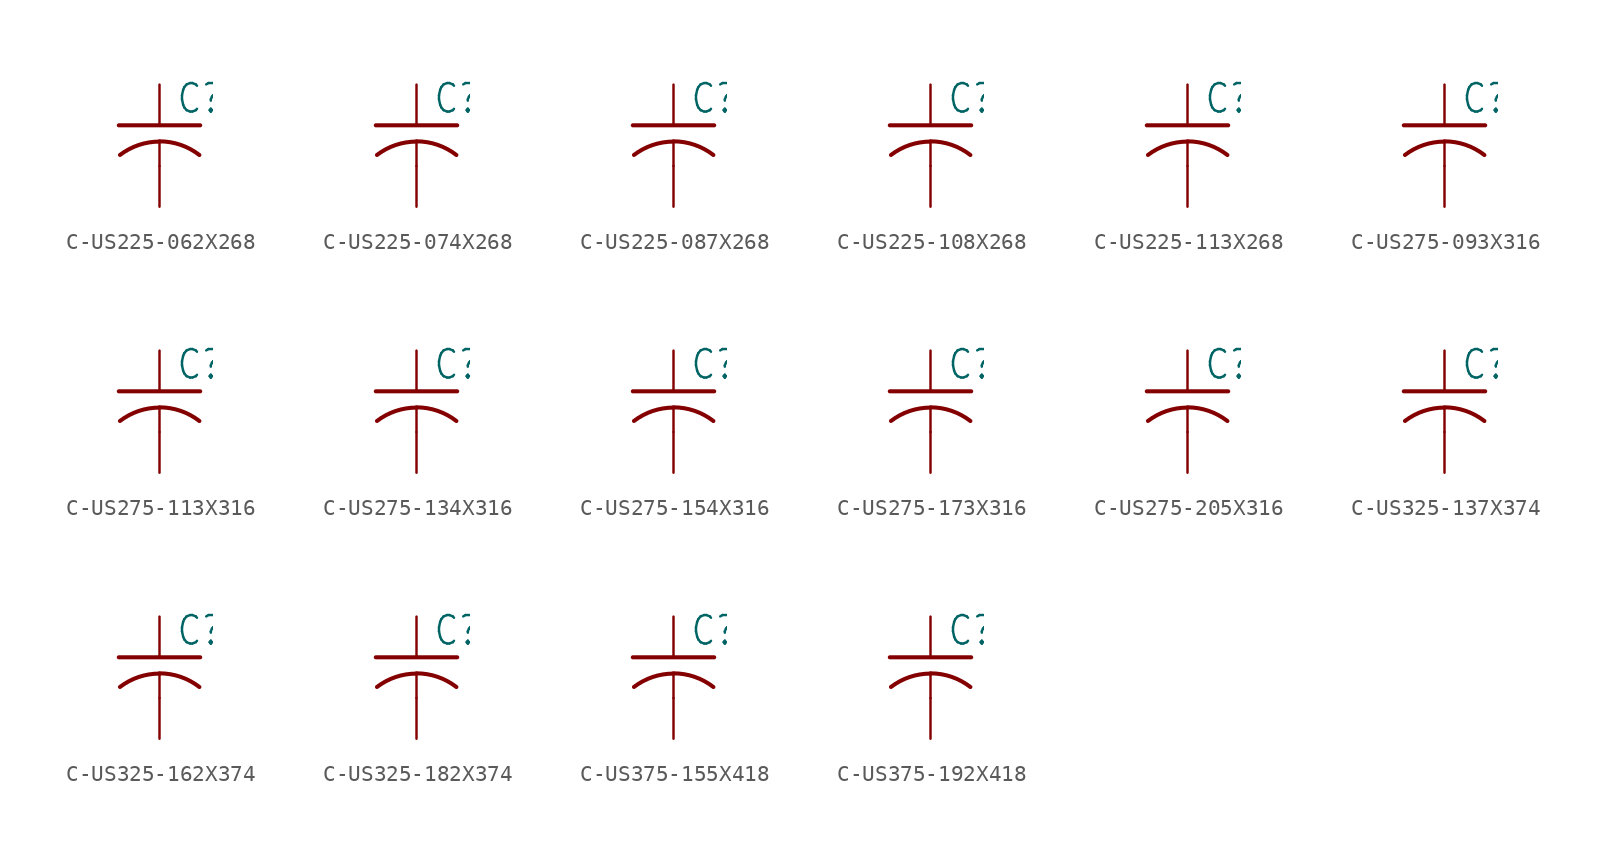
<source format=kicad_sym>
(kicad_symbol_lib
  (version 20231120)
  (generator "kicad_symbol_editor")
  (generator_version "8.0")
  (symbol "C-US225-062X268"
    (property "Reference" "C"
      (at 1.016 0.635 0)
      (effects (font (size 1.778 1.511)) (justify left bottom)))
    (property "Value" ""
      (at 1.016 -4.191 0)
      (effects (font (size 1.778 1.511)) (justify left bottom)))
    (property "ki_locked" ""
      (at 0 0 0)
      (effects (font (size 1.27 1.27))))
    (symbol "C-US225-062X268_1_0"
      (arc (start 0 -1.0161) (mid -1.302 -1.2303) (end -2.4668 -1.8504) (stroke (width 0.254) (type solid)) (fill (type none)))
      (polyline (pts (xy -2.54 0) (xy 2.54 0)) (stroke (width 0.254) (type solid)) (fill (type none)))
      (polyline (pts (xy 0 -1.016) (xy 0 -2.54)) (stroke (width 0.152) (type solid)) (fill (type none)))
      (polyline (pts (xy 0 -1.016) (xy 0 -1.016)) (stroke (width 0.152) (type solid)) (fill (type none)))
      (arc (start 2.4892 -1.8541) (mid 1.3158 -1.2194) (end 0 -1) (stroke (width 0.254) (type solid)) (fill (type none)))
      (pin passive line (at 0 2.54 270) (length 2.54) (name "1" (effects (font (size 0 0)))) (number "1" (effects (font (size 0 0)))))
      (pin passive line (at 0 -5.08 90) (length 2.54) (name "2" (effects (font (size 0 0)))) (number "2" (effects (font (size 0 0)))))))
  (symbol "C-US225-074X268"
    (property "Reference" "C"
      (at 1.016 0.635 0)
      (effects (font (size 1.778 1.511)) (justify left bottom)))
    (property "Value" ""
      (at 1.016 -4.191 0)
      (effects (font (size 1.778 1.511)) (justify left bottom)))
    (property "ki_locked" ""
      (at 0 0 0)
      (effects (font (size 1.27 1.27))))
    (symbol "C-US225-074X268_1_0"
      (arc (start 0 -1.0161) (mid -1.302 -1.2303) (end -2.4668 -1.8504) (stroke (width 0.254) (type solid)) (fill (type none)))
      (polyline (pts (xy -2.54 0) (xy 2.54 0)) (stroke (width 0.254) (type solid)) (fill (type none)))
      (polyline (pts (xy 0 -1.016) (xy 0 -2.54)) (stroke (width 0.152) (type solid)) (fill (type none)))
      (polyline (pts (xy 0 -1.016) (xy 0 -1.016)) (stroke (width 0.152) (type solid)) (fill (type none)))
      (arc (start 2.4892 -1.8541) (mid 1.3158 -1.2194) (end 0 -1) (stroke (width 0.254) (type solid)) (fill (type none)))
      (pin passive line (at 0 2.54 270) (length 2.54) (name "1" (effects (font (size 0 0)))) (number "1" (effects (font (size 0 0)))))
      (pin passive line (at 0 -5.08 90) (length 2.54) (name "2" (effects (font (size 0 0)))) (number "2" (effects (font (size 0 0)))))))
  (symbol "C-US225-087X268"
    (property "Reference" "C"
      (at 1.016 0.635 0)
      (effects (font (size 1.778 1.511)) (justify left bottom)))
    (property "Value" ""
      (at 1.016 -4.191 0)
      (effects (font (size 1.778 1.511)) (justify left bottom)))
    (property "ki_locked" ""
      (at 0 0 0)
      (effects (font (size 1.27 1.27))))
    (symbol "C-US225-087X268_1_0"
      (arc (start 0 -1.0161) (mid -1.302 -1.2303) (end -2.4668 -1.8504) (stroke (width 0.254) (type solid)) (fill (type none)))
      (polyline (pts (xy -2.54 0) (xy 2.54 0)) (stroke (width 0.254) (type solid)) (fill (type none)))
      (polyline (pts (xy 0 -1.016) (xy 0 -2.54)) (stroke (width 0.152) (type solid)) (fill (type none)))
      (polyline (pts (xy 0 -1.016) (xy 0 -1.016)) (stroke (width 0.152) (type solid)) (fill (type none)))
      (arc (start 2.4892 -1.8541) (mid 1.3158 -1.2194) (end 0 -1) (stroke (width 0.254) (type solid)) (fill (type none)))
      (pin passive line (at 0 2.54 270) (length 2.54) (name "1" (effects (font (size 0 0)))) (number "1" (effects (font (size 0 0)))))
      (pin passive line (at 0 -5.08 90) (length 2.54) (name "2" (effects (font (size 0 0)))) (number "2" (effects (font (size 0 0)))))))
  (symbol "C-US225-108X268"
    (property "Reference" "C"
      (at 1.016 0.635 0)
      (effects (font (size 1.778 1.511)) (justify left bottom)))
    (property "Value" ""
      (at 1.016 -4.191 0)
      (effects (font (size 1.778 1.511)) (justify left bottom)))
    (property "ki_locked" ""
      (at 0 0 0)
      (effects (font (size 1.27 1.27))))
    (symbol "C-US225-108X268_1_0"
      (arc (start 0 -1.0161) (mid -1.302 -1.2303) (end -2.4668 -1.8504) (stroke (width 0.254) (type solid)) (fill (type none)))
      (polyline (pts (xy -2.54 0) (xy 2.54 0)) (stroke (width 0.254) (type solid)) (fill (type none)))
      (polyline (pts (xy 0 -1.016) (xy 0 -2.54)) (stroke (width 0.152) (type solid)) (fill (type none)))
      (polyline (pts (xy 0 -1.016) (xy 0 -1.016)) (stroke (width 0.152) (type solid)) (fill (type none)))
      (arc (start 2.4892 -1.8541) (mid 1.3158 -1.2194) (end 0 -1) (stroke (width 0.254) (type solid)) (fill (type none)))
      (pin passive line (at 0 2.54 270) (length 2.54) (name "1" (effects (font (size 0 0)))) (number "1" (effects (font (size 0 0)))))
      (pin passive line (at 0 -5.08 90) (length 2.54) (name "2" (effects (font (size 0 0)))) (number "2" (effects (font (size 0 0)))))))
  (symbol "C-US225-113X268"
    (property "Reference" "C"
      (at 1.016 0.635 0)
      (effects (font (size 1.778 1.511)) (justify left bottom)))
    (property "Value" ""
      (at 1.016 -4.191 0)
      (effects (font (size 1.778 1.511)) (justify left bottom)))
    (property "ki_locked" ""
      (at 0 0 0)
      (effects (font (size 1.27 1.27))))
    (symbol "C-US225-113X268_1_0"
      (arc (start 0 -1.0161) (mid -1.302 -1.2303) (end -2.4668 -1.8504) (stroke (width 0.254) (type solid)) (fill (type none)))
      (polyline (pts (xy -2.54 0) (xy 2.54 0)) (stroke (width 0.254) (type solid)) (fill (type none)))
      (polyline (pts (xy 0 -1.016) (xy 0 -2.54)) (stroke (width 0.152) (type solid)) (fill (type none)))
      (polyline (pts (xy 0 -1.016) (xy 0 -1.016)) (stroke (width 0.152) (type solid)) (fill (type none)))
      (arc (start 2.4892 -1.8541) (mid 1.3158 -1.2194) (end 0 -1) (stroke (width 0.254) (type solid)) (fill (type none)))
      (pin passive line (at 0 2.54 270) (length 2.54) (name "1" (effects (font (size 0 0)))) (number "1" (effects (font (size 0 0)))))
      (pin passive line (at 0 -5.08 90) (length 2.54) (name "2" (effects (font (size 0 0)))) (number "2" (effects (font (size 0 0)))))))
  (symbol "C-US275-093X316"
    (property "Reference" "C"
      (at 1.016 0.635 0)
      (effects (font (size 1.778 1.511)) (justify left bottom)))
    (property "Value" ""
      (at 1.016 -4.191 0)
      (effects (font (size 1.778 1.511)) (justify left bottom)))
    (property "ki_locked" ""
      (at 0 0 0)
      (effects (font (size 1.27 1.27))))
    (symbol "C-US275-093X316_1_0"
      (arc (start 0 -1.0161) (mid -1.302 -1.2303) (end -2.4668 -1.8504) (stroke (width 0.254) (type solid)) (fill (type none)))
      (polyline (pts (xy -2.54 0) (xy 2.54 0)) (stroke (width 0.254) (type solid)) (fill (type none)))
      (polyline (pts (xy 0 -1.016) (xy 0 -2.54)) (stroke (width 0.152) (type solid)) (fill (type none)))
      (polyline (pts (xy 0 -1.016) (xy 0 -1.016)) (stroke (width 0.152) (type solid)) (fill (type none)))
      (arc (start 2.4892 -1.8541) (mid 1.3158 -1.2194) (end 0 -1) (stroke (width 0.254) (type solid)) (fill (type none)))
      (pin passive line (at 0 2.54 270) (length 2.54) (name "1" (effects (font (size 0 0)))) (number "1" (effects (font (size 0 0)))))
      (pin passive line (at 0 -5.08 90) (length 2.54) (name "2" (effects (font (size 0 0)))) (number "2" (effects (font (size 0 0)))))))
  (symbol "C-US275-113X316"
    (property "Reference" "C"
      (at 1.016 0.635 0)
      (effects (font (size 1.778 1.511)) (justify left bottom)))
    (property "Value" ""
      (at 1.016 -4.191 0)
      (effects (font (size 1.778 1.511)) (justify left bottom)))
    (property "ki_locked" ""
      (at 0 0 0)
      (effects (font (size 1.27 1.27))))
    (symbol "C-US275-113X316_1_0"
      (arc (start 0 -1.0161) (mid -1.302 -1.2303) (end -2.4668 -1.8504) (stroke (width 0.254) (type solid)) (fill (type none)))
      (polyline (pts (xy -2.54 0) (xy 2.54 0)) (stroke (width 0.254) (type solid)) (fill (type none)))
      (polyline (pts (xy 0 -1.016) (xy 0 -2.54)) (stroke (width 0.152) (type solid)) (fill (type none)))
      (polyline (pts (xy 0 -1.016) (xy 0 -1.016)) (stroke (width 0.152) (type solid)) (fill (type none)))
      (arc (start 2.4892 -1.8541) (mid 1.3158 -1.2194) (end 0 -1) (stroke (width 0.254) (type solid)) (fill (type none)))
      (pin passive line (at 0 2.54 270) (length 2.54) (name "1" (effects (font (size 0 0)))) (number "1" (effects (font (size 0 0)))))
      (pin passive line (at 0 -5.08 90) (length 2.54) (name "2" (effects (font (size 0 0)))) (number "2" (effects (font (size 0 0)))))))
  (symbol "C-US275-134X316"
    (property "Reference" "C"
      (at 1.016 0.635 0)
      (effects (font (size 1.778 1.511)) (justify left bottom)))
    (property "Value" ""
      (at 1.016 -4.191 0)
      (effects (font (size 1.778 1.511)) (justify left bottom)))
    (property "ki_locked" ""
      (at 0 0 0)
      (effects (font (size 1.27 1.27))))
    (symbol "C-US275-134X316_1_0"
      (arc (start 0 -1.0161) (mid -1.302 -1.2303) (end -2.4668 -1.8504) (stroke (width 0.254) (type solid)) (fill (type none)))
      (polyline (pts (xy -2.54 0) (xy 2.54 0)) (stroke (width 0.254) (type solid)) (fill (type none)))
      (polyline (pts (xy 0 -1.016) (xy 0 -2.54)) (stroke (width 0.152) (type solid)) (fill (type none)))
      (polyline (pts (xy 0 -1.016) (xy 0 -1.016)) (stroke (width 0.152) (type solid)) (fill (type none)))
      (arc (start 2.4892 -1.8541) (mid 1.3158 -1.2194) (end 0 -1) (stroke (width 0.254) (type solid)) (fill (type none)))
      (pin passive line (at 0 2.54 270) (length 2.54) (name "1" (effects (font (size 0 0)))) (number "1" (effects (font (size 0 0)))))
      (pin passive line (at 0 -5.08 90) (length 2.54) (name "2" (effects (font (size 0 0)))) (number "2" (effects (font (size 0 0)))))))
  (symbol "C-US275-154X316"
    (property "Reference" "C"
      (at 1.016 0.635 0)
      (effects (font (size 1.778 1.511)) (justify left bottom)))
    (property "Value" ""
      (at 1.016 -4.191 0)
      (effects (font (size 1.778 1.511)) (justify left bottom)))
    (property "ki_locked" ""
      (at 0 0 0)
      (effects (font (size 1.27 1.27))))
    (symbol "C-US275-154X316_1_0"
      (arc (start 0 -1.0161) (mid -1.302 -1.2303) (end -2.4668 -1.8504) (stroke (width 0.254) (type solid)) (fill (type none)))
      (polyline (pts (xy -2.54 0) (xy 2.54 0)) (stroke (width 0.254) (type solid)) (fill (type none)))
      (polyline (pts (xy 0 -1.016) (xy 0 -2.54)) (stroke (width 0.152) (type solid)) (fill (type none)))
      (polyline (pts (xy 0 -1.016) (xy 0 -1.016)) (stroke (width 0.152) (type solid)) (fill (type none)))
      (arc (start 2.4892 -1.8541) (mid 1.3158 -1.2194) (end 0 -1) (stroke (width 0.254) (type solid)) (fill (type none)))
      (pin passive line (at 0 2.54 270) (length 2.54) (name "1" (effects (font (size 0 0)))) (number "1" (effects (font (size 0 0)))))
      (pin passive line (at 0 -5.08 90) (length 2.54) (name "2" (effects (font (size 0 0)))) (number "2" (effects (font (size 0 0)))))))
  (symbol "C-US275-173X316"
    (property "Reference" "C"
      (at 1.016 0.635 0)
      (effects (font (size 1.778 1.511)) (justify left bottom)))
    (property "Value" ""
      (at 1.016 -4.191 0)
      (effects (font (size 1.778 1.511)) (justify left bottom)))
    (property "ki_locked" ""
      (at 0 0 0)
      (effects (font (size 1.27 1.27))))
    (symbol "C-US275-173X316_1_0"
      (arc (start 0 -1.0161) (mid -1.302 -1.2303) (end -2.4668 -1.8504) (stroke (width 0.254) (type solid)) (fill (type none)))
      (polyline (pts (xy -2.54 0) (xy 2.54 0)) (stroke (width 0.254) (type solid)) (fill (type none)))
      (polyline (pts (xy 0 -1.016) (xy 0 -2.54)) (stroke (width 0.152) (type solid)) (fill (type none)))
      (polyline (pts (xy 0 -1.016) (xy 0 -1.016)) (stroke (width 0.152) (type solid)) (fill (type none)))
      (arc (start 2.4892 -1.8541) (mid 1.3158 -1.2194) (end 0 -1) (stroke (width 0.254) (type solid)) (fill (type none)))
      (pin passive line (at 0 2.54 270) (length 2.54) (name "1" (effects (font (size 0 0)))) (number "1" (effects (font (size 0 0)))))
      (pin passive line (at 0 -5.08 90) (length 2.54) (name "2" (effects (font (size 0 0)))) (number "2" (effects (font (size 0 0)))))))
  (symbol "C-US275-205X316"
    (property "Reference" "C"
      (at 1.016 0.635 0)
      (effects (font (size 1.778 1.511)) (justify left bottom)))
    (property "Value" ""
      (at 1.016 -4.191 0)
      (effects (font (size 1.778 1.511)) (justify left bottom)))
    (property "ki_locked" ""
      (at 0 0 0)
      (effects (font (size 1.27 1.27))))
    (symbol "C-US275-205X316_1_0"
      (arc (start 0 -1.0161) (mid -1.302 -1.2303) (end -2.4668 -1.8504) (stroke (width 0.254) (type solid)) (fill (type none)))
      (polyline (pts (xy -2.54 0) (xy 2.54 0)) (stroke (width 0.254) (type solid)) (fill (type none)))
      (polyline (pts (xy 0 -1.016) (xy 0 -2.54)) (stroke (width 0.152) (type solid)) (fill (type none)))
      (polyline (pts (xy 0 -1.016) (xy 0 -1.016)) (stroke (width 0.152) (type solid)) (fill (type none)))
      (arc (start 2.4892 -1.8541) (mid 1.3158 -1.2194) (end 0 -1) (stroke (width 0.254) (type solid)) (fill (type none)))
      (pin passive line (at 0 2.54 270) (length 2.54) (name "1" (effects (font (size 0 0)))) (number "1" (effects (font (size 0 0)))))
      (pin passive line (at 0 -5.08 90) (length 2.54) (name "2" (effects (font (size 0 0)))) (number "2" (effects (font (size 0 0)))))))
  (symbol "C-US325-137X374"
    (property "Reference" "C"
      (at 1.016 0.635 0)
      (effects (font (size 1.778 1.511)) (justify left bottom)))
    (property "Value" ""
      (at 1.016 -4.191 0)
      (effects (font (size 1.778 1.511)) (justify left bottom)))
    (property "ki_locked" ""
      (at 0 0 0)
      (effects (font (size 1.27 1.27))))
    (symbol "C-US325-137X374_1_0"
      (arc (start 0 -1.0161) (mid -1.302 -1.2303) (end -2.4668 -1.8504) (stroke (width 0.254) (type solid)) (fill (type none)))
      (polyline (pts (xy -2.54 0) (xy 2.54 0)) (stroke (width 0.254) (type solid)) (fill (type none)))
      (polyline (pts (xy 0 -1.016) (xy 0 -2.54)) (stroke (width 0.152) (type solid)) (fill (type none)))
      (polyline (pts (xy 0 -1.016) (xy 0 -1.016)) (stroke (width 0.152) (type solid)) (fill (type none)))
      (arc (start 2.4892 -1.8541) (mid 1.3158 -1.2194) (end 0 -1) (stroke (width 0.254) (type solid)) (fill (type none)))
      (pin passive line (at 0 2.54 270) (length 2.54) (name "1" (effects (font (size 0 0)))) (number "1" (effects (font (size 0 0)))))
      (pin passive line (at 0 -5.08 90) (length 2.54) (name "2" (effects (font (size 0 0)))) (number "2" (effects (font (size 0 0)))))))
  (symbol "C-US325-162X374"
    (property "Reference" "C"
      (at 1.016 0.635 0)
      (effects (font (size 1.778 1.511)) (justify left bottom)))
    (property "Value" ""
      (at 1.016 -4.191 0)
      (effects (font (size 1.778 1.511)) (justify left bottom)))
    (property "ki_locked" ""
      (at 0 0 0)
      (effects (font (size 1.27 1.27))))
    (symbol "C-US325-162X374_1_0"
      (arc (start 0 -1.0161) (mid -1.302 -1.2303) (end -2.4668 -1.8504) (stroke (width 0.254) (type solid)) (fill (type none)))
      (polyline (pts (xy -2.54 0) (xy 2.54 0)) (stroke (width 0.254) (type solid)) (fill (type none)))
      (polyline (pts (xy 0 -1.016) (xy 0 -2.54)) (stroke (width 0.152) (type solid)) (fill (type none)))
      (polyline (pts (xy 0 -1.016) (xy 0 -1.016)) (stroke (width 0.152) (type solid)) (fill (type none)))
      (arc (start 2.4892 -1.8541) (mid 1.3158 -1.2194) (end 0 -1) (stroke (width 0.254) (type solid)) (fill (type none)))
      (pin passive line (at 0 2.54 270) (length 2.54) (name "1" (effects (font (size 0 0)))) (number "1" (effects (font (size 0 0)))))
      (pin passive line (at 0 -5.08 90) (length 2.54) (name "2" (effects (font (size 0 0)))) (number "2" (effects (font (size 0 0)))))))
  (symbol "C-US325-182X374"
    (property "Reference" "C"
      (at 1.016 0.635 0)
      (effects (font (size 1.778 1.511)) (justify left bottom)))
    (property "Value" ""
      (at 1.016 -4.191 0)
      (effects (font (size 1.778 1.511)) (justify left bottom)))
    (property "ki_locked" ""
      (at 0 0 0)
      (effects (font (size 1.27 1.27))))
    (symbol "C-US325-182X374_1_0"
      (arc (start 0 -1.0161) (mid -1.302 -1.2303) (end -2.4668 -1.8504) (stroke (width 0.254) (type solid)) (fill (type none)))
      (polyline (pts (xy -2.54 0) (xy 2.54 0)) (stroke (width 0.254) (type solid)) (fill (type none)))
      (polyline (pts (xy 0 -1.016) (xy 0 -2.54)) (stroke (width 0.152) (type solid)) (fill (type none)))
      (polyline (pts (xy 0 -1.016) (xy 0 -1.016)) (stroke (width 0.152) (type solid)) (fill (type none)))
      (arc (start 2.4892 -1.8541) (mid 1.3158 -1.2194) (end 0 -1) (stroke (width 0.254) (type solid)) (fill (type none)))
      (pin passive line (at 0 2.54 270) (length 2.54) (name "1" (effects (font (size 0 0)))) (number "1" (effects (font (size 0 0)))))
      (pin passive line (at 0 -5.08 90) (length 2.54) (name "2" (effects (font (size 0 0)))) (number "2" (effects (font (size 0 0)))))))
  (symbol "C-US375-155X418"
    (property "Reference" "C"
      (at 1.016 0.635 0)
      (effects (font (size 1.778 1.511)) (justify left bottom)))
    (property "Value" ""
      (at 1.016 -4.191 0)
      (effects (font (size 1.778 1.511)) (justify left bottom)))
    (property "ki_locked" ""
      (at 0 0 0)
      (effects (font (size 1.27 1.27))))
    (symbol "C-US375-155X418_1_0"
      (arc (start 0 -1.0161) (mid -1.302 -1.2303) (end -2.4668 -1.8504) (stroke (width 0.254) (type solid)) (fill (type none)))
      (polyline (pts (xy -2.54 0) (xy 2.54 0)) (stroke (width 0.254) (type solid)) (fill (type none)))
      (polyline (pts (xy 0 -1.016) (xy 0 -2.54)) (stroke (width 0.152) (type solid)) (fill (type none)))
      (polyline (pts (xy 0 -1.016) (xy 0 -1.016)) (stroke (width 0.152) (type solid)) (fill (type none)))
      (arc (start 2.4892 -1.8541) (mid 1.3158 -1.2194) (end 0 -1) (stroke (width 0.254) (type solid)) (fill (type none)))
      (pin passive line (at 0 2.54 270) (length 2.54) (name "1" (effects (font (size 0 0)))) (number "1" (effects (font (size 0 0)))))
      (pin passive line (at 0 -5.08 90) (length 2.54) (name "2" (effects (font (size 0 0)))) (number "2" (effects (font (size 0 0)))))))
  (symbol "C-US375-192X418"
    (property "Reference" "C"
      (at 1.016 0.635 0)
      (effects (font (size 1.778 1.511)) (justify left bottom)))
    (property "Value" ""
      (at 1.016 -4.191 0)
      (effects (font (size 1.778 1.511)) (justify left bottom)))
    (property "ki_locked" ""
      (at 0 0 0)
      (effects (font (size 1.27 1.27))))
    (symbol "C-US375-192X418_1_0"
      (arc (start 0 -1.0161) (mid -1.302 -1.2303) (end -2.4668 -1.8504) (stroke (width 0.254) (type solid)) (fill (type none)))
      (polyline (pts (xy -2.54 0) (xy 2.54 0)) (stroke (width 0.254) (type solid)) (fill (type none)))
      (polyline (pts (xy 0 -1.016) (xy 0 -2.54)) (stroke (width 0.152) (type solid)) (fill (type none)))
      (polyline (pts (xy 0 -1.016) (xy 0 -1.016)) (stroke (width 0.152) (type solid)) (fill (type none)))
      (arc (start 2.4892 -1.8541) (mid 1.3158 -1.2194) (end 0 -1) (stroke (width 0.254) (type solid)) (fill (type none)))
      (pin passive line (at 0 2.54 270) (length 2.54) (name "1" (effects (font (size 0 0)))) (number "1" (effects (font (size 0 0)))))
      (pin passive line (at 0 -5.08 90) (length 2.54) (name "2" (effects (font (size 0 0)))) (number "2" (effects (font (size 0 0))))))))
</source>
